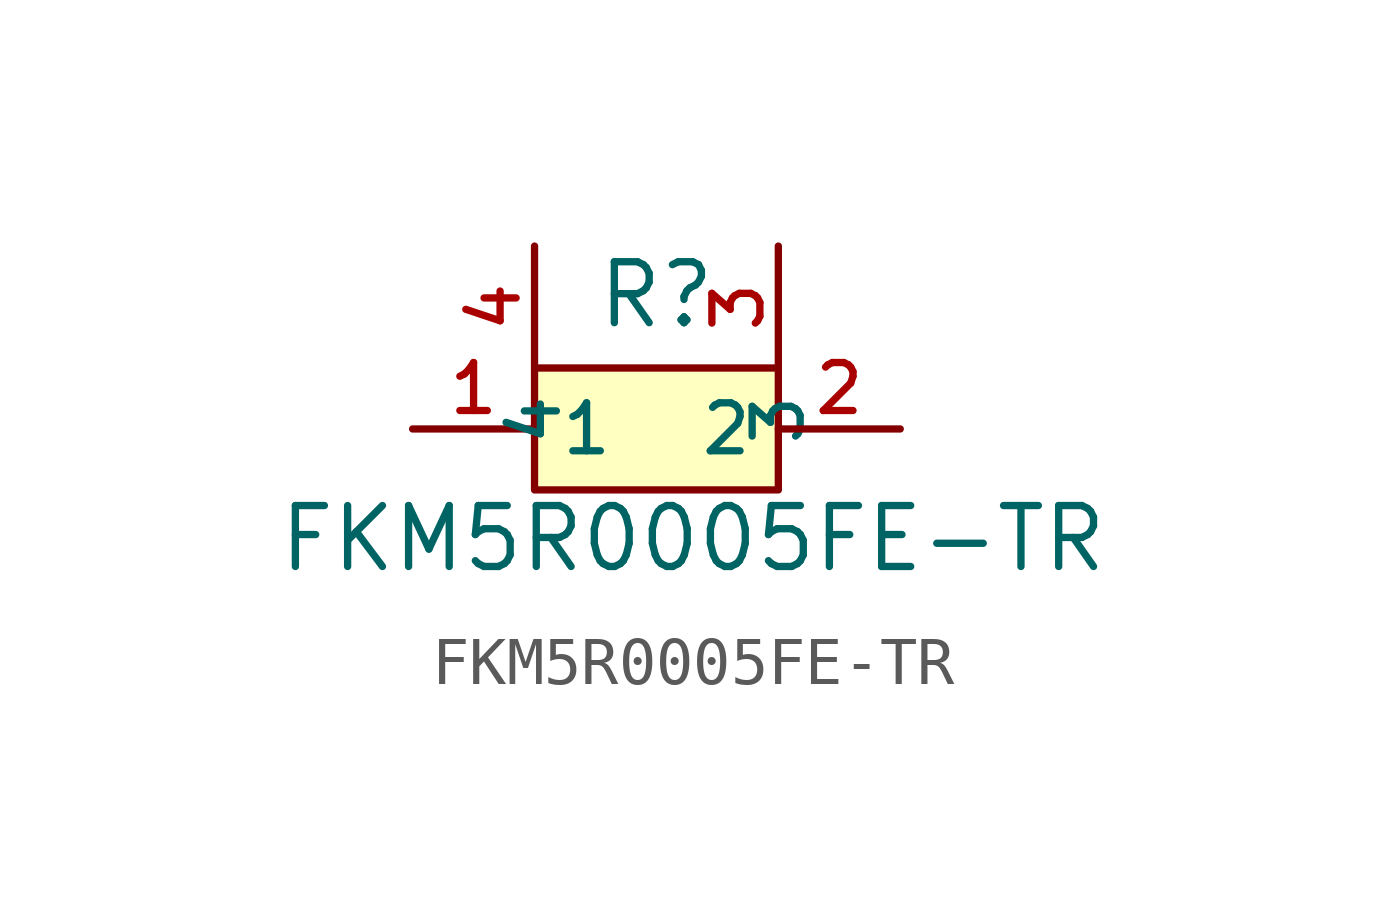
<source format=kicad_sym>
(kicad_symbol_lib
  (version 20231120)
  (generator "kicad_symbol_editor")
  (generator_version "8.0")
  (symbol "FKM5R0005FE-TR"
    (property "Reference" "R"
      (at 0 1.524 0)
      (effects (font (size 1.27 1.27))))
    (property "Value" "FKM5R0005FE-TR"
      (at 0.762 -3.556 0)
      (effects (font (size 1.27 1.27))))
    (symbol "FKM5R0005FE-TR_0_1"
      (rectangle (start -2.54 0) (end 2.54 -2.54) (stroke (width 0) (type default)) (fill (type background)))
      (pin unspecified line (at -5.08 -1.27 0) (length 2.54) (name "1" (effects (font (size 1 1)))) (number "1" (effects (font (size 1 1)))))
      (pin unspecified line (at 5.08 -1.27 180) (length 2.54) (name "2" (effects (font (size 1 1)))) (number "2" (effects (font (size 1 1)))))
      (pin unspecified line (at 2.54 2.54 270) (length 2.54) (name "3" (effects (font (size 1 1)))) (number "3" (effects (font (size 1 1)))))
      (pin unspecified line (at -2.54 2.54 270) (length 2.54) (name "4" (effects (font (size 1 1)))) (number "4" (effects (font (size 1 1))))))))
</source>
